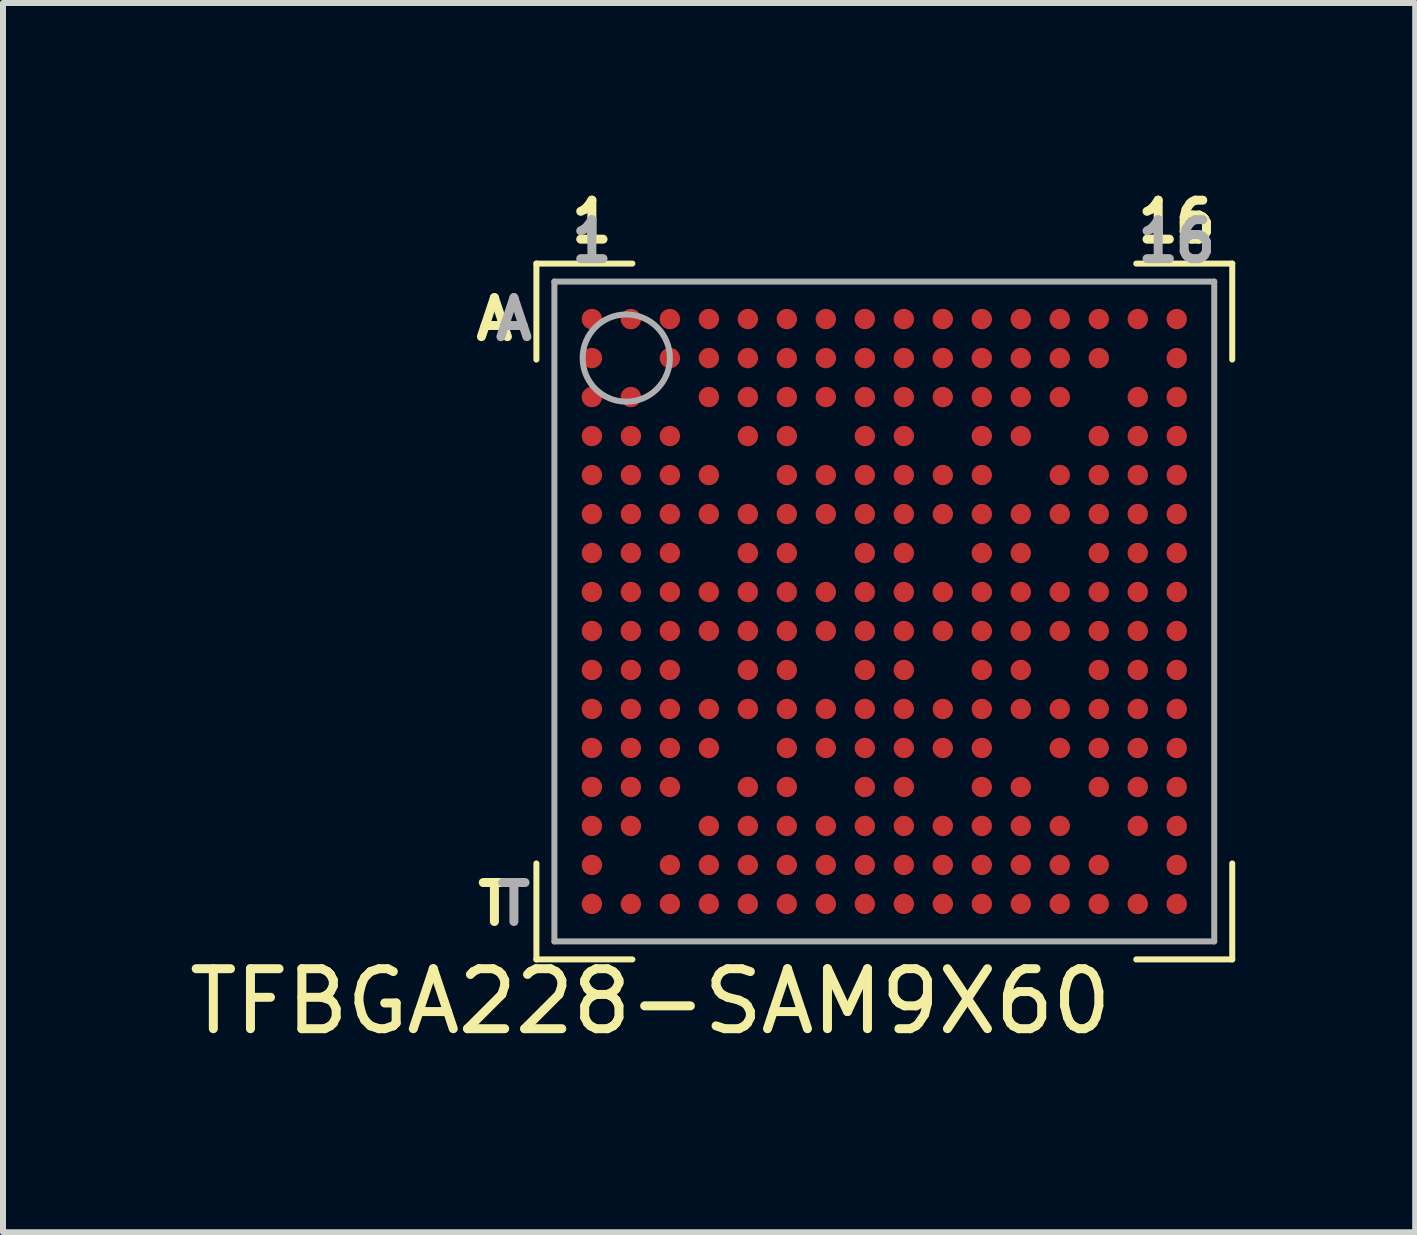
<source format=kicad_pcb>
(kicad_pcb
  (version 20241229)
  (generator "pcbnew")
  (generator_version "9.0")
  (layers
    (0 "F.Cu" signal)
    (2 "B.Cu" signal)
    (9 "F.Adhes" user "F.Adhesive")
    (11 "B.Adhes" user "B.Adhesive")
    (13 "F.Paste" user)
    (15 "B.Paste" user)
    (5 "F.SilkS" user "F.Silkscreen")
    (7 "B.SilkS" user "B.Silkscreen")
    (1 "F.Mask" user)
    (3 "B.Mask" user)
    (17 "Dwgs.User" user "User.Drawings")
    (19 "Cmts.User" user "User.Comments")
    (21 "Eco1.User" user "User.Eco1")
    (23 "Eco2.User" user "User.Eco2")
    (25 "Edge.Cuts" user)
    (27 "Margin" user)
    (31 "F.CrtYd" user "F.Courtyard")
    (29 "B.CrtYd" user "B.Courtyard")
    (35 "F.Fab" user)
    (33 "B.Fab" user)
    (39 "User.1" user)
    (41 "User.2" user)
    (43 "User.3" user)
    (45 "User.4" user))
  (footprint "TFBGA228-SAM9X60"
    (layer "F.Cu")
    (at 11.692 7.144)
    (property "Reference" "TFBGA228-SAM9X60" (at -3.9 6.5 0) (layer "F.SilkS") (effects (font (size 1 1) (thickness 0.15))))
    (attr smd)
    (fp_line (start -5.8 -5.8) (end -4.2 -5.8) (stroke (width 0.1) (type solid)) (layer "F.SilkS"))
    (fp_line (start -5.8 -4.2) (end -5.8 -5.8) (stroke (width 0.1) (type solid)) (layer "F.SilkS"))
    (fp_line (start -5.8 5.8) (end -5.8 4.2) (stroke (width 0.1) (type solid)) (layer "F.SilkS"))
    (fp_line (start -5.8 5.8) (end -4.2 5.8) (stroke (width 0.1) (type solid)) (layer "F.SilkS"))
    (fp_line (start 4.2 -5.8) (end 5.8 -5.8) (stroke (width 0.1) (type solid)) (layer "F.SilkS"))
    (fp_line (start 5.8 -5.8) (end 5.8 -4.2) (stroke (width 0.1) (type solid)) (layer "F.SilkS"))
    (fp_line (start 5.8 5.8) (end 4.2 5.8) (stroke (width 0.1) (type solid)) (layer "F.SilkS"))
    (fp_line (start 5.8 5.8) (end 5.8 4.2) (stroke (width 0.1) (type solid)) (layer "F.SilkS"))
    (fp_line (start -5.5 -5.5) (end -5.5 5.5) (stroke (width 0.1) (type solid)) (layer "F.Fab"))
    (fp_line (start -5.5 5.5) (end 5.5 5.5) (stroke (width 0.1) (type solid)) (layer "F.Fab"))
    (fp_line (start 5.5 -5.5) (end -5.5 -5.5) (stroke (width 0.1) (type solid)) (layer "F.Fab"))
    (fp_line (start 5.5 5.5) (end 5.5 -5.5) (stroke (width 0.1) (type solid)) (layer "F.Fab"))
    (fp_circle (center -4.302 -4.225) (end -3.575 -4.225) (stroke (width 0.1) (type solid)) (fill no) (layer "F.Fab"))
    (fp_text user "16" (at 4.875 -6.5 0) (layer "F.SilkS") (effects (font (size 0.65 0.65) (thickness 0.15))))
    (fp_text user "1" (at -4.875 -6.5 0) (layer "F.SilkS") (effects (font (size 0.65 0.65) (thickness 0.15))))
    (fp_text user "A" (at -6.5 -4.875 0) (layer "F.SilkS") (effects (font (size 0.65 0.65) (thickness 0.15))))
    (fp_text user "T" (at -6.5 4.875 0) (layer "F.SilkS") (effects (font (size 0.65 0.65) (thickness 0.15))))
    (fp_text user "1" (at -4.875 -6.175 0) (layer "F.Fab") (effects (font (size 0.65 0.65) (thickness 0.15))))
    (fp_text user "A" (at -6.175 -4.875 0) (layer "F.Fab") (effects (font (size 0.65 0.65) (thickness 0.15))))
    (fp_text user "16" (at 4.875 -6.175 0) (layer "F.Fab") (effects (font (size 0.65 0.65) (thickness 0.15))))
    (fp_text user "T" (at -6.175 4.875 0) (layer "F.Fab") (effects (font (size 0.65 0.65) (thickness 0.15))))
    (pad "A1" smd circle (at -4.875 -4.875) (size 0.34 0.34) (layers "F.Cu" "F.Mask" "F.Paste"))
    (pad "A2" smd circle (at -4.225 -4.875) (size 0.34 0.34) (layers "F.Cu" "F.Mask" "F.Paste"))
    (pad "A3" smd circle (at -3.575 -4.875) (size 0.34 0.34) (layers "F.Cu" "F.Mask" "F.Paste"))
    (pad "A4" smd circle (at -2.925 -4.875) (size 0.34 0.34) (layers "F.Cu" "F.Mask" "F.Paste"))
    (pad "A5" smd circle (at -2.275 -4.875) (size 0.34 0.34) (layers "F.Cu" "F.Mask" "F.Paste"))
    (pad "A6" smd circle (at -1.625 -4.875) (size 0.34 0.34) (layers "F.Cu" "F.Mask" "F.Paste"))
    (pad "A7" smd circle (at -0.975 -4.875) (size 0.34 0.34) (layers "F.Cu" "F.Mask" "F.Paste"))
    (pad "A8" smd circle (at -0.325 -4.875) (size 0.34 0.34) (layers "F.Cu" "F.Mask" "F.Paste"))
    (pad "A9" smd circle (at 0.325 -4.875) (size 0.34 0.34) (layers "F.Cu" "F.Mask" "F.Paste"))
    (pad "A10" smd circle (at 0.975 -4.875) (size 0.34 0.34) (layers "F.Cu" "F.Mask" "F.Paste"))
    (pad "A11" smd circle (at 1.625 -4.875) (size 0.34 0.34) (layers "F.Cu" "F.Mask" "F.Paste"))
    (pad "A12" smd circle (at 2.275 -4.875) (size 0.34 0.34) (layers "F.Cu" "F.Mask" "F.Paste"))
    (pad "A13" smd circle (at 2.925 -4.875) (size 0.34 0.34) (layers "F.Cu" "F.Mask" "F.Paste"))
    (pad "A14" smd circle (at 3.575 -4.875) (size 0.34 0.34) (layers "F.Cu" "F.Mask" "F.Paste"))
    (pad "A15" smd circle (at 4.225 -4.875) (size 0.34 0.34) (layers "F.Cu" "F.Mask" "F.Paste"))
    (pad "A16" smd circle (at 4.875 -4.875) (size 0.34 0.34) (layers "F.Cu" "F.Mask" "F.Paste"))
    (pad "B1" smd circle (at -4.875 -4.225) (size 0.34 0.34) (layers "F.Cu" "F.Mask" "F.Paste"))
    (pad "B3" smd circle (at -3.575 -4.225) (size 0.34 0.34) (layers "F.Cu" "F.Mask" "F.Paste"))
    (pad "B4" smd circle (at -2.925 -4.225) (size 0.34 0.34) (layers "F.Cu" "F.Mask" "F.Paste"))
    (pad "B5" smd circle (at -2.275 -4.225) (size 0.34 0.34) (layers "F.Cu" "F.Mask" "F.Paste"))
    (pad "B6" smd circle (at -1.625 -4.225) (size 0.34 0.34) (layers "F.Cu" "F.Mask" "F.Paste"))
    (pad "B7" smd circle (at -0.975 -4.225) (size 0.34 0.34) (layers "F.Cu" "F.Mask" "F.Paste"))
    (pad "B8" smd circle (at -0.325 -4.225) (size 0.34 0.34) (layers "F.Cu" "F.Mask" "F.Paste"))
    (pad "B9" smd circle (at 0.325 -4.225) (size 0.34 0.34) (layers "F.Cu" "F.Mask" "F.Paste"))
    (pad "B10" smd circle (at 0.975 -4.225) (size 0.34 0.34) (layers "F.Cu" "F.Mask" "F.Paste"))
    (pad "B11" smd circle (at 1.625 -4.225) (size 0.34 0.34) (layers "F.Cu" "F.Mask" "F.Paste"))
    (pad "B12" smd circle (at 2.275 -4.225) (size 0.34 0.34) (layers "F.Cu" "F.Mask" "F.Paste"))
    (pad "B13" smd circle (at 2.925 -4.225) (size 0.34 0.34) (layers "F.Cu" "F.Mask" "F.Paste"))
    (pad "B14" smd circle (at 3.575 -4.225) (size 0.34 0.34) (layers "F.Cu" "F.Mask" "F.Paste"))
    (pad "B16" smd circle (at 4.875 -4.225) (size 0.34 0.34) (layers "F.Cu" "F.Mask" "F.Paste"))
    (pad "C1" smd circle (at -4.875 -3.575) (size 0.34 0.34) (layers "F.Cu" "F.Mask" "F.Paste"))
    (pad "C2" smd circle (at -4.225 -3.575) (size 0.34 0.34) (layers "F.Cu" "F.Mask" "F.Paste"))
    (pad "C4" smd circle (at -2.925 -3.575) (size 0.34 0.34) (layers "F.Cu" "F.Mask" "F.Paste"))
    (pad "C5" smd circle (at -2.275 -3.575) (size 0.34 0.34) (layers "F.Cu" "F.Mask" "F.Paste"))
    (pad "C6" smd circle (at -1.625 -3.575) (size 0.34 0.34) (layers "F.Cu" "F.Mask" "F.Paste"))
    (pad "C7" smd circle (at -0.975 -3.575) (size 0.34 0.34) (layers "F.Cu" "F.Mask" "F.Paste"))
    (pad "C8" smd circle (at -0.325 -3.575) (size 0.34 0.34) (layers "F.Cu" "F.Mask" "F.Paste"))
    (pad "C9" smd circle (at 0.325 -3.575) (size 0.34 0.34) (layers "F.Cu" "F.Mask" "F.Paste"))
    (pad "C10" smd circle (at 0.975 -3.575) (size 0.34 0.34) (layers "F.Cu" "F.Mask" "F.Paste"))
    (pad "C11" smd circle (at 1.625 -3.575) (size 0.34 0.34) (layers "F.Cu" "F.Mask" "F.Paste"))
    (pad "C12" smd circle (at 2.275 -3.575) (size 0.34 0.34) (layers "F.Cu" "F.Mask" "F.Paste"))
    (pad "C13" smd circle (at 2.925 -3.575) (size 0.34 0.34) (layers "F.Cu" "F.Mask" "F.Paste"))
    (pad "C15" smd circle (at 4.225 -3.575) (size 0.34 0.34) (layers "F.Cu" "F.Mask" "F.Paste"))
    (pad "C16" smd circle (at 4.875 -3.575) (size 0.34 0.34) (layers "F.Cu" "F.Mask" "F.Paste"))
    (pad "D1" smd circle (at -4.875 -2.925) (size 0.34 0.34) (layers "F.Cu" "F.Mask" "F.Paste"))
    (pad "D2" smd circle (at -4.225 -2.925) (size 0.34 0.34) (layers "F.Cu" "F.Mask" "F.Paste"))
    (pad "D3" smd circle (at -3.575 -2.925) (size 0.34 0.34) (layers "F.Cu" "F.Mask" "F.Paste"))
    (pad "D5" smd circle (at -2.275 -2.925) (size 0.34 0.34) (layers "F.Cu" "F.Mask" "F.Paste"))
    (pad "D6" smd circle (at -1.625 -2.925) (size 0.34 0.34) (layers "F.Cu" "F.Mask" "F.Paste"))
    (pad "D8" smd circle (at -0.325 -2.925) (size 0.34 0.34) (layers "F.Cu" "F.Mask" "F.Paste"))
    (pad "D9" smd circle (at 0.325 -2.925) (size 0.34 0.34) (layers "F.Cu" "F.Mask" "F.Paste"))
    (pad "D11" smd circle (at 1.625 -2.925) (size 0.34 0.34) (layers "F.Cu" "F.Mask" "F.Paste"))
    (pad "D12" smd circle (at 2.275 -2.925) (size 0.34 0.34) (layers "F.Cu" "F.Mask" "F.Paste"))
    (pad "D14" smd circle (at 3.575 -2.925) (size 0.34 0.34) (layers "F.Cu" "F.Mask" "F.Paste"))
    (pad "D15" smd circle (at 4.225 -2.925) (size 0.34 0.34) (layers "F.Cu" "F.Mask" "F.Paste"))
    (pad "D16" smd circle (at 4.875 -2.925) (size 0.34 0.34) (layers "F.Cu" "F.Mask" "F.Paste"))
    (pad "E1" smd circle (at -4.875 -2.275) (size 0.34 0.34) (layers "F.Cu" "F.Mask" "F.Paste"))
    (pad "E2" smd circle (at -4.225 -2.275) (size 0.34 0.34) (layers "F.Cu" "F.Mask" "F.Paste"))
    (pad "E3" smd circle (at -3.575 -2.275) (size 0.34 0.34) (layers "F.Cu" "F.Mask" "F.Paste"))
    (pad "E4" smd circle (at -2.925 -2.275) (size 0.34 0.34) (layers "F.Cu" "F.Mask" "F.Paste"))
    (pad "E6" smd circle (at -1.625 -2.275) (size 0.34 0.34) (layers "F.Cu" "F.Mask" "F.Paste"))
    (pad "E7" smd circle (at -0.975 -2.275) (size 0.34 0.34) (layers "F.Cu" "F.Mask" "F.Paste"))
    (pad "E8" smd circle (at -0.325 -2.275) (size 0.34 0.34) (layers "F.Cu" "F.Mask" "F.Paste"))
    (pad "E9" smd circle (at 0.325 -2.275) (size 0.34 0.34) (layers "F.Cu" "F.Mask" "F.Paste"))
    (pad "E10" smd circle (at 0.975 -2.275) (size 0.34 0.34) (layers "F.Cu" "F.Mask" "F.Paste"))
    (pad "E11" smd circle (at 1.625 -2.275) (size 0.34 0.34) (layers "F.Cu" "F.Mask" "F.Paste"))
    (pad "E13" smd circle (at 2.925 -2.275) (size 0.34 0.34) (layers "F.Cu" "F.Mask" "F.Paste"))
    (pad "E14" smd circle (at 3.575 -2.275) (size 0.34 0.34) (layers "F.Cu" "F.Mask" "F.Paste"))
    (pad "E15" smd circle (at 4.225 -2.275) (size 0.34 0.34) (layers "F.Cu" "F.Mask" "F.Paste"))
    (pad "E16" smd circle (at 4.875 -2.275) (size 0.34 0.34) (layers "F.Cu" "F.Mask" "F.Paste"))
    (pad "F1" smd circle (at -4.875 -1.625) (size 0.34 0.34) (layers "F.Cu" "F.Mask" "F.Paste"))
    (pad "F2" smd circle (at -4.225 -1.625) (size 0.34 0.34) (layers "F.Cu" "F.Mask" "F.Paste"))
    (pad "F3" smd circle (at -3.575 -1.625) (size 0.34 0.34) (layers "F.Cu" "F.Mask" "F.Paste"))
    (pad "F4" smd circle (at -2.925 -1.625) (size 0.34 0.34) (layers "F.Cu" "F.Mask" "F.Paste"))
    (pad "F5" smd circle (at -2.275 -1.625) (size 0.34 0.34) (layers "F.Cu" "F.Mask" "F.Paste"))
    (pad "F6" smd circle (at -1.625 -1.625) (size 0.34 0.34) (layers "F.Cu" "F.Mask" "F.Paste"))
    (pad "F7" smd circle (at -0.975 -1.625) (size 0.34 0.34) (layers "F.Cu" "F.Mask" "F.Paste"))
    (pad "F8" smd circle (at -0.325 -1.625) (size 0.34 0.34) (layers "F.Cu" "F.Mask" "F.Paste"))
    (pad "F9" smd circle (at 0.325 -1.625) (size 0.34 0.34) (layers "F.Cu" "F.Mask" "F.Paste"))
    (pad "F10" smd circle (at 0.975 -1.625) (size 0.34 0.34) (layers "F.Cu" "F.Mask" "F.Paste"))
    (pad "F11" smd circle (at 1.625 -1.625) (size 0.34 0.34) (layers "F.Cu" "F.Mask" "F.Paste"))
    (pad "F12" smd circle (at 2.275 -1.625) (size 0.34 0.34) (layers "F.Cu" "F.Mask" "F.Paste"))
    (pad "F13" smd circle (at 2.925 -1.625) (size 0.34 0.34) (layers "F.Cu" "F.Mask" "F.Paste"))
    (pad "F14" smd circle (at 3.575 -1.625) (size 0.34 0.34) (layers "F.Cu" "F.Mask" "F.Paste"))
    (pad "F15" smd circle (at 4.225 -1.625) (size 0.34 0.34) (layers "F.Cu" "F.Mask" "F.Paste"))
    (pad "F16" smd circle (at 4.875 -1.625) (size 0.34 0.34) (layers "F.Cu" "F.Mask" "F.Paste"))
    (pad "G1" smd circle (at -4.875 -0.975) (size 0.34 0.34) (layers "F.Cu" "F.Mask" "F.Paste"))
    (pad "G2" smd circle (at -4.225 -0.975) (size 0.34 0.34) (layers "F.Cu" "F.Mask" "F.Paste"))
    (pad "G3" smd circle (at -3.575 -0.975) (size 0.34 0.34) (layers "F.Cu" "F.Mask" "F.Paste"))
    (pad "G5" smd circle (at -2.275 -0.975) (size 0.34 0.34) (layers "F.Cu" "F.Mask" "F.Paste"))
    (pad "G6" smd circle (at -1.625 -0.975) (size 0.34 0.34) (layers "F.Cu" "F.Mask" "F.Paste"))
    (pad "G8" smd circle (at -0.325 -0.975) (size 0.34 0.34) (layers "F.Cu" "F.Mask" "F.Paste"))
    (pad "G9" smd circle (at 0.325 -0.975) (size 0.34 0.34) (layers "F.Cu" "F.Mask" "F.Paste"))
    (pad "G11" smd circle (at 1.625 -0.975) (size 0.34 0.34) (layers "F.Cu" "F.Mask" "F.Paste"))
    (pad "G12" smd circle (at 2.275 -0.975) (size 0.34 0.34) (layers "F.Cu" "F.Mask" "F.Paste"))
    (pad "G14" smd circle (at 3.575 -0.975) (size 0.34 0.34) (layers "F.Cu" "F.Mask" "F.Paste"))
    (pad "G15" smd circle (at 4.225 -0.975) (size 0.34 0.34) (layers "F.Cu" "F.Mask" "F.Paste"))
    (pad "G16" smd circle (at 4.875 -0.975) (size 0.34 0.34) (layers "F.Cu" "F.Mask" "F.Paste"))
    (pad "H1" smd circle (at -4.875 -0.325) (size 0.34 0.34) (layers "F.Cu" "F.Mask" "F.Paste"))
    (pad "H2" smd circle (at -4.225 -0.325) (size 0.34 0.34) (layers "F.Cu" "F.Mask" "F.Paste"))
    (pad "H3" smd circle (at -3.575 -0.325) (size 0.34 0.34) (layers "F.Cu" "F.Mask" "F.Paste"))
    (pad "H4" smd circle (at -2.925 -0.325) (size 0.34 0.34) (layers "F.Cu" "F.Mask" "F.Paste"))
    (pad "H5" smd circle (at -2.275 -0.325) (size 0.34 0.34) (layers "F.Cu" "F.Mask" "F.Paste"))
    (pad "H6" smd circle (at -1.625 -0.325 90) (size 0.34 0.34) (layers "F.Cu" "F.Mask" "F.Paste"))
    (pad "H7" smd circle (at -0.975 -0.325) (size 0.34 0.34) (layers "F.Cu" "F.Mask" "F.Paste"))
    (pad "H8" smd circle (at -0.325 -0.325) (size 0.34 0.34) (layers "F.Cu" "F.Mask" "F.Paste"))
    (pad "H9" smd circle (at 0.325 -0.325) (size 0.34 0.34) (layers "F.Cu" "F.Mask" "F.Paste"))
    (pad "H10" smd circle (at 0.975 -0.325 90) (size 0.34 0.34) (layers "F.Cu" "F.Mask" "F.Paste"))
    (pad "H11" smd circle (at 1.625 -0.325) (size 0.34 0.34) (layers "F.Cu" "F.Mask" "F.Paste"))
    (pad "H12" smd circle (at 2.275 -0.325) (size 0.34 0.34) (layers "F.Cu" "F.Mask" "F.Paste"))
    (pad "H13" smd circle (at 2.925 -0.325) (size 0.34 0.34) (layers "F.Cu" "F.Mask" "F.Paste"))
    (pad "H14" smd circle (at 3.575 -0.325) (size 0.34 0.34) (layers "F.Cu" "F.Mask" "F.Paste"))
    (pad "H15" smd circle (at 4.225 -0.325) (size 0.34 0.34) (layers "F.Cu" "F.Mask" "F.Paste"))
    (pad "H16" smd circle (at 4.875 -0.325) (size 0.34 0.34) (layers "F.Cu" "F.Mask" "F.Paste"))
    (pad "J1" smd circle (at -4.875 0.325) (size 0.34 0.34) (layers "F.Cu" "F.Mask" "F.Paste"))
    (pad "J2" smd circle (at -4.225 0.325) (size 0.34 0.34) (layers "F.Cu" "F.Mask" "F.Paste"))
    (pad "J3" smd circle (at -3.575 0.325) (size 0.34 0.34) (layers "F.Cu" "F.Mask" "F.Paste"))
    (pad "J4" smd circle (at -2.925 0.325) (size 0.34 0.34) (layers "F.Cu" "F.Mask" "F.Paste"))
    (pad "J5" smd circle (at -2.275 0.325) (size 0.34 0.34) (layers "F.Cu" "F.Mask" "F.Paste"))
    (pad "J6" smd circle (at -1.625 0.325 90) (size 0.34 0.34) (layers "F.Cu" "F.Mask" "F.Paste"))
    (pad "J7" smd circle (at -0.975 0.325) (size 0.34 0.34) (layers "F.Cu" "F.Mask" "F.Paste"))
    (pad "J8" smd circle (at -0.325 0.325) (size 0.34 0.34) (layers "F.Cu" "F.Mask" "F.Paste"))
    (pad "J9" smd circle (at 0.325 0.325) (size 0.34 0.34) (layers "F.Cu" "F.Mask" "F.Paste"))
    (pad "J10" smd circle (at 0.975 0.325) (size 0.34 0.34) (layers "F.Cu" "F.Mask" "F.Paste"))
    (pad "J11" smd circle (at 1.625 0.325) (size 0.34 0.34) (layers "F.Cu" "F.Mask" "F.Paste"))
    (pad "J12" smd circle (at 2.275 0.325) (size 0.34 0.34) (layers "F.Cu" "F.Mask" "F.Paste"))
    (pad "J13" smd circle (at 2.925 0.325) (size 0.34 0.34) (layers "F.Cu" "F.Mask" "F.Paste"))
    (pad "J14" smd circle (at 3.575 0.325) (size 0.34 0.34) (layers "F.Cu" "F.Mask" "F.Paste"))
    (pad "J15" smd circle (at 4.225 0.325) (size 0.34 0.34) (layers "F.Cu" "F.Mask" "F.Paste"))
    (pad "J16" smd circle (at 4.875 0.325) (size 0.34 0.34) (layers "F.Cu" "F.Mask" "F.Paste"))
    (pad "K1" smd circle (at -4.875 0.975) (size 0.34 0.34) (layers "F.Cu" "F.Mask" "F.Paste"))
    (pad "K2" smd circle (at -4.225 0.975) (size 0.34 0.34) (layers "F.Cu" "F.Mask" "F.Paste"))
    (pad "K3" smd circle (at -3.575 0.975) (size 0.34 0.34) (layers "F.Cu" "F.Mask" "F.Paste"))
    (pad "K5" smd circle (at -2.275 0.975) (size 0.34 0.34) (layers "F.Cu" "F.Mask" "F.Paste"))
    (pad "K6" smd circle (at -1.625 0.975) (size 0.34 0.34) (layers "F.Cu" "F.Mask" "F.Paste"))
    (pad "K8" smd circle (at -0.325 0.975) (size 0.34 0.34) (layers "F.Cu" "F.Mask" "F.Paste"))
    (pad "K9" smd circle (at 0.325 0.975) (size 0.34 0.34) (layers "F.Cu" "F.Mask" "F.Paste"))
    (pad "K11" smd circle (at 1.625 0.975) (size 0.34 0.34) (layers "F.Cu" "F.Mask" "F.Paste"))
    (pad "K12" smd circle (at 2.275 0.975) (size 0.34 0.34) (layers "F.Cu" "F.Mask" "F.Paste"))
    (pad "K14" smd circle (at 3.575 0.975) (size 0.34 0.34) (layers "F.Cu" "F.Mask" "F.Paste"))
    (pad "K15" smd circle (at 4.225 0.975) (size 0.34 0.34) (layers "F.Cu" "F.Mask" "F.Paste"))
    (pad "K16" smd circle (at 4.875 0.975) (size 0.34 0.34) (layers "F.Cu" "F.Mask" "F.Paste"))
    (pad "L1" smd circle (at -4.875 1.625) (size 0.34 0.34) (layers "F.Cu" "F.Mask" "F.Paste"))
    (pad "L2" smd circle (at -4.225 1.625) (size 0.34 0.34) (layers "F.Cu" "F.Mask" "F.Paste"))
    (pad "L3" smd circle (at -3.575 1.625) (size 0.34 0.34) (layers "F.Cu" "F.Mask" "F.Paste"))
    (pad "L4" smd circle (at -2.925 1.625) (size 0.34 0.34) (layers "F.Cu" "F.Mask" "F.Paste"))
    (pad "L5" smd circle (at -2.275 1.625) (size 0.34 0.34) (layers "F.Cu" "F.Mask" "F.Paste"))
    (pad "L6" smd circle (at -1.625 1.625) (size 0.34 0.34) (layers "F.Cu" "F.Mask" "F.Paste"))
    (pad "L7" smd circle (at -0.975 1.625) (size 0.34 0.34) (layers "F.Cu" "F.Mask" "F.Paste"))
    (pad "L8" smd circle (at -0.325 1.625) (size 0.34 0.34) (layers "F.Cu" "F.Mask" "F.Paste"))
    (pad "L9" smd circle (at 0.325 1.625) (size 0.34 0.34) (layers "F.Cu" "F.Mask" "F.Paste"))
    (pad "L10" smd circle (at 0.975 1.625) (size 0.34 0.34) (layers "F.Cu" "F.Mask" "F.Paste"))
    (pad "L11" smd circle (at 1.625 1.625) (size 0.34 0.34) (layers "F.Cu" "F.Mask" "F.Paste"))
    (pad "L12" smd circle (at 2.275 1.625) (size 0.34 0.34) (layers "F.Cu" "F.Mask" "F.Paste"))
    (pad "L13" smd circle (at 2.925 1.625) (size 0.34 0.34) (layers "F.Cu" "F.Mask" "F.Paste"))
    (pad "L14" smd circle (at 3.575 1.625) (size 0.34 0.34) (layers "F.Cu" "F.Mask" "F.Paste"))
    (pad "L15" smd circle (at 4.225 1.625) (size 0.34 0.34) (layers "F.Cu" "F.Mask" "F.Paste"))
    (pad "L16" smd circle (at 4.875 1.625) (size 0.34 0.34) (layers "F.Cu" "F.Mask" "F.Paste"))
    (pad "M1" smd circle (at -4.875 2.275) (size 0.34 0.34) (layers "F.Cu" "F.Mask" "F.Paste"))
    (pad "M2" smd circle (at -4.225 2.275) (size 0.34 0.34) (layers "F.Cu" "F.Mask" "F.Paste"))
    (pad "M3" smd circle (at -3.575 2.275) (size 0.34 0.34) (layers "F.Cu" "F.Mask" "F.Paste"))
    (pad "M4" smd circle (at -2.925 2.275) (size 0.34 0.34) (layers "F.Cu" "F.Mask" "F.Paste"))
    (pad "M6" smd circle (at -1.625 2.275) (size 0.34 0.34) (layers "F.Cu" "F.Mask" "F.Paste"))
    (pad "M7" smd circle (at -0.975 2.275) (size 0.34 0.34) (layers "F.Cu" "F.Mask" "F.Paste"))
    (pad "M8" smd circle (at -0.325 2.275) (size 0.34 0.34) (layers "F.Cu" "F.Mask" "F.Paste"))
    (pad "M9" smd circle (at 0.325 2.275) (size 0.34 0.34) (layers "F.Cu" "F.Mask" "F.Paste"))
    (pad "M10" smd circle (at 0.975 2.275) (size 0.34 0.34) (layers "F.Cu" "F.Mask" "F.Paste"))
    (pad "M11" smd circle (at 1.625 2.275) (size 0.34 0.34) (layers "F.Cu" "F.Mask" "F.Paste"))
    (pad "M13" smd circle (at 2.925 2.275) (size 0.34 0.34) (layers "F.Cu" "F.Mask" "F.Paste"))
    (pad "M14" smd circle (at 3.575 2.275) (size 0.34 0.34) (layers "F.Cu" "F.Mask" "F.Paste"))
    (pad "M15" smd circle (at 4.225 2.275) (size 0.34 0.34) (layers "F.Cu" "F.Mask" "F.Paste"))
    (pad "M16" smd circle (at 4.875 2.275) (size 0.34 0.34) (layers "F.Cu" "F.Mask" "F.Paste"))
    (pad "N1" smd circle (at -4.875 2.925) (size 0.34 0.34) (layers "F.Cu" "F.Mask" "F.Paste"))
    (pad "N2" smd circle (at -4.225 2.925) (size 0.34 0.34) (layers "F.Cu" "F.Mask" "F.Paste"))
    (pad "N3" smd circle (at -3.575 2.925) (size 0.34 0.34) (layers "F.Cu" "F.Mask" "F.Paste"))
    (pad "N5" smd circle (at -2.275 2.925) (size 0.34 0.34) (layers "F.Cu" "F.Mask" "F.Paste"))
    (pad "N6" smd circle (at -1.625 2.925) (size 0.34 0.34) (layers "F.Cu" "F.Mask" "F.Paste"))
    (pad "N8" smd circle (at -0.325 2.925) (size 0.34 0.34) (layers "F.Cu" "F.Mask" "F.Paste"))
    (pad "N9" smd circle (at 0.325 2.925) (size 0.34 0.34) (layers "F.Cu" "F.Mask" "F.Paste"))
    (pad "N11" smd circle (at 1.625 2.925) (size 0.34 0.34) (layers "F.Cu" "F.Mask" "F.Paste"))
    (pad "N12" smd circle (at 2.275 2.925) (size 0.34 0.34) (layers "F.Cu" "F.Mask" "F.Paste"))
    (pad "N14" smd circle (at 3.575 2.925) (size 0.34 0.34) (layers "F.Cu" "F.Mask" "F.Paste"))
    (pad "N15" smd circle (at 4.225 2.925) (size 0.34 0.34) (layers "F.Cu" "F.Mask" "F.Paste"))
    (pad "N16" smd circle (at 4.875 2.925) (size 0.34 0.34) (layers "F.Cu" "F.Mask" "F.Paste"))
    (pad "P1" smd circle (at -4.875 3.575) (size 0.34 0.34) (layers "F.Cu" "F.Mask" "F.Paste"))
    (pad "P2" smd circle (at -4.225 3.575) (size 0.34 0.34) (layers "F.Cu" "F.Mask" "F.Paste"))
    (pad "P4" smd circle (at -2.925 3.575) (size 0.34 0.34) (layers "F.Cu" "F.Mask" "F.Paste"))
    (pad "P5" smd circle (at -2.275 3.575) (size 0.34 0.34) (layers "F.Cu" "F.Mask" "F.Paste"))
    (pad "P6" smd circle (at -1.625 3.575) (size 0.34 0.34) (layers "F.Cu" "F.Mask" "F.Paste"))
    (pad "P7" smd circle (at -0.975 3.575) (size 0.34 0.34) (layers "F.Cu" "F.Mask" "F.Paste"))
    (pad "P8" smd circle (at -0.325 3.575) (size 0.34 0.34) (layers "F.Cu" "F.Mask" "F.Paste"))
    (pad "P9" smd circle (at 0.325 3.575) (size 0.34 0.34) (layers "F.Cu" "F.Mask" "F.Paste"))
    (pad "P10" smd circle (at 0.975 3.575) (size 0.34 0.34) (layers "F.Cu" "F.Mask" "F.Paste"))
    (pad "P11" smd circle (at 1.625 3.575) (size 0.34 0.34) (layers "F.Cu" "F.Mask" "F.Paste"))
    (pad "P12" smd circle (at 2.275 3.575) (size 0.34 0.34) (layers "F.Cu" "F.Mask" "F.Paste"))
    (pad "P13" smd circle (at 2.925 3.575) (size 0.34 0.34) (layers "F.Cu" "F.Mask" "F.Paste"))
    (pad "P15" smd circle (at 4.225 3.575) (size 0.34 0.34) (layers "F.Cu" "F.Mask" "F.Paste"))
    (pad "P16" smd circle (at 4.875 3.575) (size 0.34 0.34) (layers "F.Cu" "F.Mask" "F.Paste"))
    (pad "R1" smd circle (at -4.875 4.225) (size 0.34 0.34) (layers "F.Cu" "F.Mask" "F.Paste"))
    (pad "R3" smd circle (at -3.575 4.225) (size 0.34 0.34) (layers "F.Cu" "F.Mask" "F.Paste"))
    (pad "R4" smd circle (at -2.925 4.225) (size 0.34 0.34) (layers "F.Cu" "F.Mask" "F.Paste"))
    (pad "R5" smd circle (at -2.275 4.225) (size 0.34 0.34) (layers "F.Cu" "F.Mask" "F.Paste"))
    (pad "R6" smd circle (at -1.625 4.225) (size 0.34 0.34) (layers "F.Cu" "F.Mask" "F.Paste"))
    (pad "R7" smd circle (at -0.975 4.225) (size 0.34 0.34) (layers "F.Cu" "F.Mask" "F.Paste"))
    (pad "R8" smd circle (at -0.325 4.225) (size 0.34 0.34) (layers "F.Cu" "F.Mask" "F.Paste"))
    (pad "R9" smd circle (at 0.325 4.225) (size 0.34 0.34) (layers "F.Cu" "F.Mask" "F.Paste"))
    (pad "R10" smd circle (at 0.975 4.225) (size 0.34 0.34) (layers "F.Cu" "F.Mask" "F.Paste"))
    (pad "R11" smd circle (at 1.625 4.225) (size 0.34 0.34) (layers "F.Cu" "F.Mask" "F.Paste"))
    (pad "R12" smd circle (at 2.275 4.225) (size 0.34 0.34) (layers "F.Cu" "F.Mask" "F.Paste"))
    (pad "R13" smd circle (at 2.925 4.225 90) (size 0.34 0.34) (layers "F.Cu" "F.Mask" "F.Paste"))
    (pad "R14" smd circle (at 3.575 4.225) (size 0.34 0.34) (layers "F.Cu" "F.Mask" "F.Paste"))
    (pad "R16" smd circle (at 4.875 4.225) (size 0.34 0.34) (layers "F.Cu" "F.Mask" "F.Paste"))
    (pad "T1" smd circle (at -4.875 4.875) (size 0.34 0.34) (layers "F.Cu" "F.Mask" "F.Paste"))
    (pad "T2" smd circle (at -4.225 4.875) (size 0.34 0.34) (layers "F.Cu" "F.Mask" "F.Paste"))
    (pad "T3" smd circle (at -3.575 4.875) (size 0.34 0.34) (layers "F.Cu" "F.Mask" "F.Paste"))
    (pad "T4" smd circle (at -2.925 4.875) (size 0.34 0.34) (layers "F.Cu" "F.Mask" "F.Paste"))
    (pad "T5" smd circle (at -2.275 4.875) (size 0.34 0.34) (layers "F.Cu" "F.Mask" "F.Paste"))
    (pad "T6" smd circle (at -1.625 4.875) (size 0.34 0.34) (layers "F.Cu" "F.Mask" "F.Paste"))
    (pad "T7" smd circle (at -0.975 4.875) (size 0.34 0.34) (layers "F.Cu" "F.Mask" "F.Paste"))
    (pad "T8" smd circle (at -0.325 4.875) (size 0.34 0.34) (layers "F.Cu" "F.Mask" "F.Paste"))
    (pad "T9" smd circle (at 0.325 4.875) (size 0.34 0.34) (layers "F.Cu" "F.Mask" "F.Paste"))
    (pad "T10" smd circle (at 0.975 4.875) (size 0.34 0.34) (layers "F.Cu" "F.Mask" "F.Paste"))
    (pad "T11" smd circle (at 1.625 4.875) (size 0.34 0.34) (layers "F.Cu" "F.Mask" "F.Paste"))
    (pad "T12" smd circle (at 2.275 4.875) (size 0.34 0.34) (layers "F.Cu" "F.Mask" "F.Paste"))
    (pad "T13" smd circle (at 2.925 4.875) (size 0.34 0.34) (layers "F.Cu" "F.Mask" "F.Paste"))
    (pad "T14" smd circle (at 3.575 4.875) (size 0.34 0.34) (layers "F.Cu" "F.Mask" "F.Paste"))
    (pad "T15" smd circle (at 4.225 4.875) (size 0.34 0.34) (layers "F.Cu" "F.Mask" "F.Paste"))
    (pad "T16" smd circle (at 4.875 4.875) (size 0.34 0.34) (layers "F.Cu" "F.Mask" "F.Paste")))
  (gr_rect
    (start -3 -3)
    (end 20.542 17.492)
    (stroke (width 0.1) (type default))
    (fill no)
    (layer "Edge.Cuts")))
</source>
